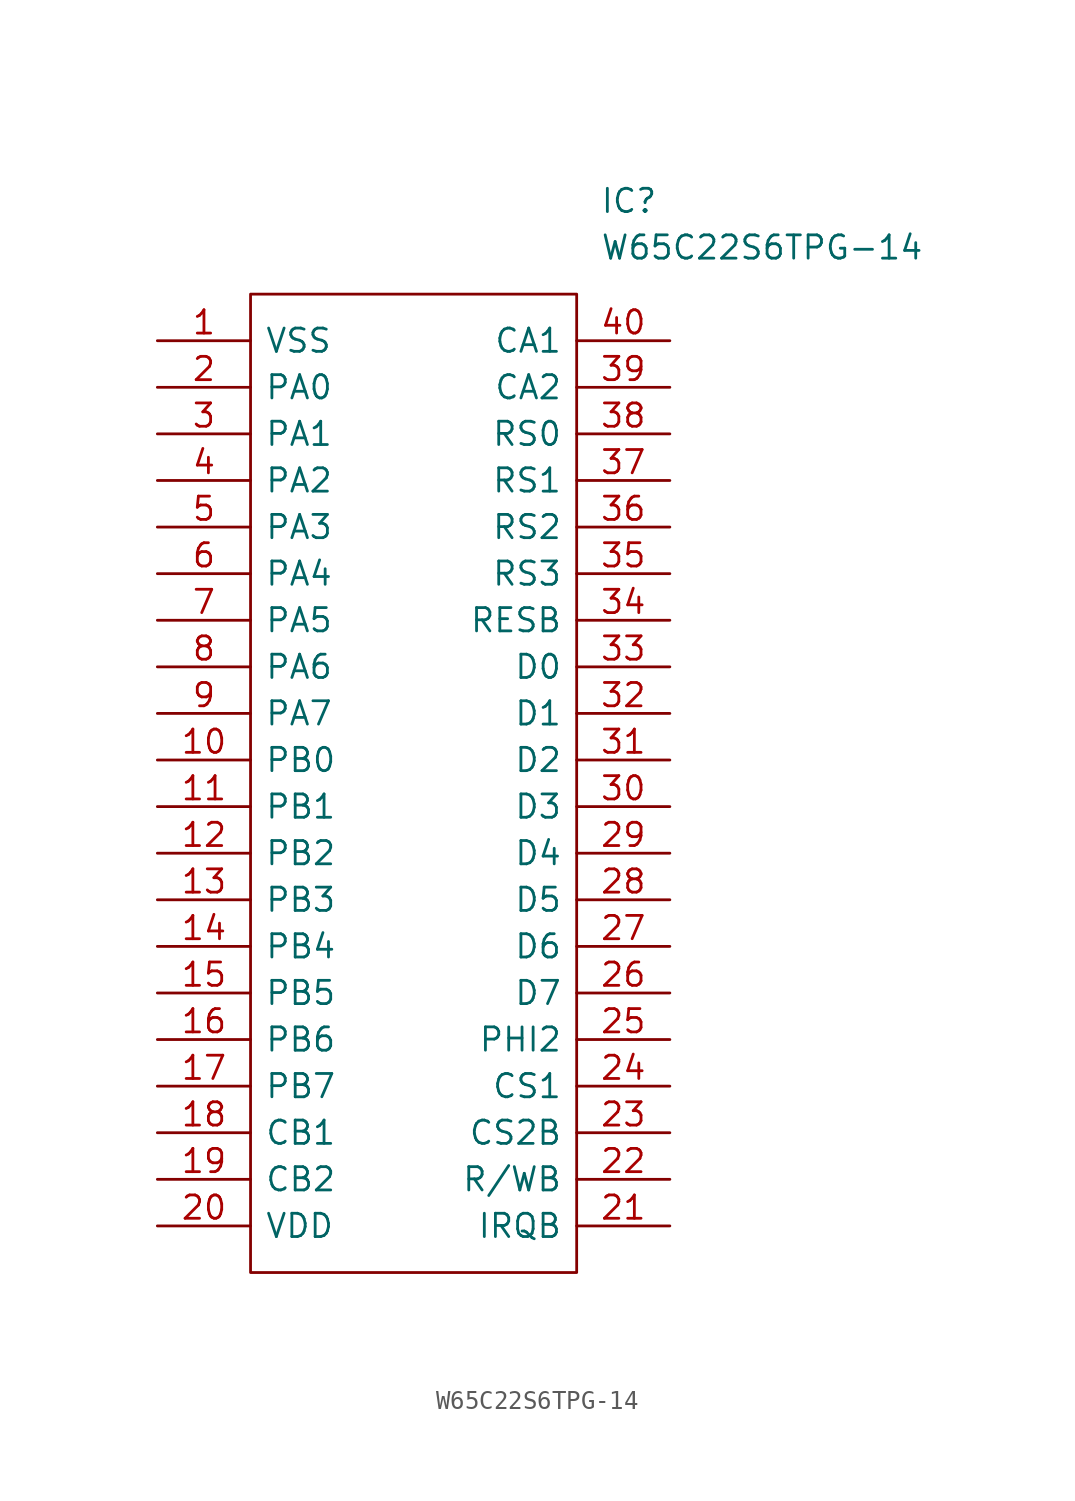
<source format=kicad_sym>
(kicad_symbol_lib
  (version 20211014)
  (generator kicad_symbol_editor)
  (symbol "W65C22S6TPG-14"
    (pin_names
      (offset 0.762))
    (property "Reference" "IC"
      (at 24.13 7.62 0)
      (effects (font (size 1.27 1.27)) (justify left)))
    (property "Value" "W65C22S6TPG-14"
      (at 24.13 5.08 0)
      (effects (font (size 1.27 1.27)) (justify left)))
    (symbol "W65C22S6TPG-14_0_0"
      (pin passive line (at 0 0 0) (length 5.08) (name "VSS" (effects (font (size 1.27 1.27)))) (number "1" (effects (font (size 1.27 1.27)))))
      (pin passive line (at 0 -22.86 0) (length 5.08) (name "PB0" (effects (font (size 1.27 1.27)))) (number "10" (effects (font (size 1.27 1.27)))))
      (pin passive line (at 0 -25.4 0) (length 5.08) (name "PB1" (effects (font (size 1.27 1.27)))) (number "11" (effects (font (size 1.27 1.27)))))
      (pin passive line (at 0 -27.94 0) (length 5.08) (name "PB2" (effects (font (size 1.27 1.27)))) (number "12" (effects (font (size 1.27 1.27)))))
      (pin passive line (at 0 -30.48 0) (length 5.08) (name "PB3" (effects (font (size 1.27 1.27)))) (number "13" (effects (font (size 1.27 1.27)))))
      (pin passive line (at 0 -33.02 0) (length 5.08) (name "PB4" (effects (font (size 1.27 1.27)))) (number "14" (effects (font (size 1.27 1.27)))))
      (pin passive line (at 0 -35.56 0) (length 5.08) (name "PB5" (effects (font (size 1.27 1.27)))) (number "15" (effects (font (size 1.27 1.27)))))
      (pin passive line (at 0 -38.1 0) (length 5.08) (name "PB6" (effects (font (size 1.27 1.27)))) (number "16" (effects (font (size 1.27 1.27)))))
      (pin passive line (at 0 -40.64 0) (length 5.08) (name "PB7" (effects (font (size 1.27 1.27)))) (number "17" (effects (font (size 1.27 1.27)))))
      (pin passive line (at 0 -43.18 0) (length 5.08) (name "CB1" (effects (font (size 1.27 1.27)))) (number "18" (effects (font (size 1.27 1.27)))))
      (pin passive line (at 0 -45.72 0) (length 5.08) (name "CB2" (effects (font (size 1.27 1.27)))) (number "19" (effects (font (size 1.27 1.27)))))
      (pin passive line (at 0 -2.54 0) (length 5.08) (name "PA0" (effects (font (size 1.27 1.27)))) (number "2" (effects (font (size 1.27 1.27)))))
      (pin passive line (at 0 -48.26 0) (length 5.08) (name "VDD" (effects (font (size 1.27 1.27)))) (number "20" (effects (font (size 1.27 1.27)))))
      (pin passive line (at 27.94 -48.26 180) (length 5.08) (name "IRQB" (effects (font (size 1.27 1.27)))) (number "21" (effects (font (size 1.27 1.27)))))
      (pin passive line (at 27.94 -45.72 180) (length 5.08) (name "R/WB" (effects (font (size 1.27 1.27)))) (number "22" (effects (font (size 1.27 1.27)))))
      (pin passive line (at 27.94 -43.18 180) (length 5.08) (name "CS2B" (effects (font (size 1.27 1.27)))) (number "23" (effects (font (size 1.27 1.27)))))
      (pin passive line (at 27.94 -40.64 180) (length 5.08) (name "CS1" (effects (font (size 1.27 1.27)))) (number "24" (effects (font (size 1.27 1.27)))))
      (pin passive line (at 27.94 -38.1 180) (length 5.08) (name "PHI2" (effects (font (size 1.27 1.27)))) (number "25" (effects (font (size 1.27 1.27)))))
      (pin passive line (at 27.94 -35.56 180) (length 5.08) (name "D7" (effects (font (size 1.27 1.27)))) (number "26" (effects (font (size 1.27 1.27)))))
      (pin passive line (at 27.94 -33.02 180) (length 5.08) (name "D6" (effects (font (size 1.27 1.27)))) (number "27" (effects (font (size 1.27 1.27)))))
      (pin passive line (at 27.94 -30.48 180) (length 5.08) (name "D5" (effects (font (size 1.27 1.27)))) (number "28" (effects (font (size 1.27 1.27)))))
      (pin passive line (at 27.94 -27.94 180) (length 5.08) (name "D4" (effects (font (size 1.27 1.27)))) (number "29" (effects (font (size 1.27 1.27)))))
      (pin passive line (at 0 -5.08 0) (length 5.08) (name "PA1" (effects (font (size 1.27 1.27)))) (number "3" (effects (font (size 1.27 1.27)))))
      (pin passive line (at 27.94 -25.4 180) (length 5.08) (name "D3" (effects (font (size 1.27 1.27)))) (number "30" (effects (font (size 1.27 1.27)))))
      (pin passive line (at 27.94 -22.86 180) (length 5.08) (name "D2" (effects (font (size 1.27 1.27)))) (number "31" (effects (font (size 1.27 1.27)))))
      (pin passive line (at 27.94 -20.32 180) (length 5.08) (name "D1" (effects (font (size 1.27 1.27)))) (number "32" (effects (font (size 1.27 1.27)))))
      (pin passive line (at 27.94 -17.78 180) (length 5.08) (name "D0" (effects (font (size 1.27 1.27)))) (number "33" (effects (font (size 1.27 1.27)))))
      (pin passive line (at 27.94 -15.24 180) (length 5.08) (name "RESB" (effects (font (size 1.27 1.27)))) (number "34" (effects (font (size 1.27 1.27)))))
      (pin passive line (at 27.94 -12.7 180) (length 5.08) (name "RS3" (effects (font (size 1.27 1.27)))) (number "35" (effects (font (size 1.27 1.27)))))
      (pin passive line (at 27.94 -10.16 180) (length 5.08) (name "RS2" (effects (font (size 1.27 1.27)))) (number "36" (effects (font (size 1.27 1.27)))))
      (pin passive line (at 27.94 -7.62 180) (length 5.08) (name "RS1" (effects (font (size 1.27 1.27)))) (number "37" (effects (font (size 1.27 1.27)))))
      (pin passive line (at 27.94 -5.08 180) (length 5.08) (name "RS0" (effects (font (size 1.27 1.27)))) (number "38" (effects (font (size 1.27 1.27)))))
      (pin passive line (at 27.94 -2.54 180) (length 5.08) (name "CA2" (effects (font (size 1.27 1.27)))) (number "39" (effects (font (size 1.27 1.27)))))
      (pin passive line (at 0 -7.62 0) (length 5.08) (name "PA2" (effects (font (size 1.27 1.27)))) (number "4" (effects (font (size 1.27 1.27)))))
      (pin passive line (at 27.94 0 180) (length 5.08) (name "CA1" (effects (font (size 1.27 1.27)))) (number "40" (effects (font (size 1.27 1.27)))))
      (pin passive line (at 0 -10.16 0) (length 5.08) (name "PA3" (effects (font (size 1.27 1.27)))) (number "5" (effects (font (size 1.27 1.27)))))
      (pin passive line (at 0 -12.7 0) (length 5.08) (name "PA4" (effects (font (size 1.27 1.27)))) (number "6" (effects (font (size 1.27 1.27)))))
      (pin passive line (at 0 -15.24 0) (length 5.08) (name "PA5" (effects (font (size 1.27 1.27)))) (number "7" (effects (font (size 1.27 1.27)))))
      (pin passive line (at 0 -17.78 0) (length 5.08) (name "PA6" (effects (font (size 1.27 1.27)))) (number "8" (effects (font (size 1.27 1.27)))))
      (pin passive line (at 0 -20.32 0) (length 5.08) (name "PA7" (effects (font (size 1.27 1.27)))) (number "9" (effects (font (size 1.27 1.27))))))
    (symbol "W65C22S6TPG-14_0_1"
      (polyline (pts (xy 5.08 2.54) (xy 22.86 2.54) (xy 22.86 -50.8) (xy 5.08 -50.8) (xy 5.08 2.54)) (stroke (width 0.152) (type default) (color 0 0 0 0)) (fill (type none))))))
</source>
